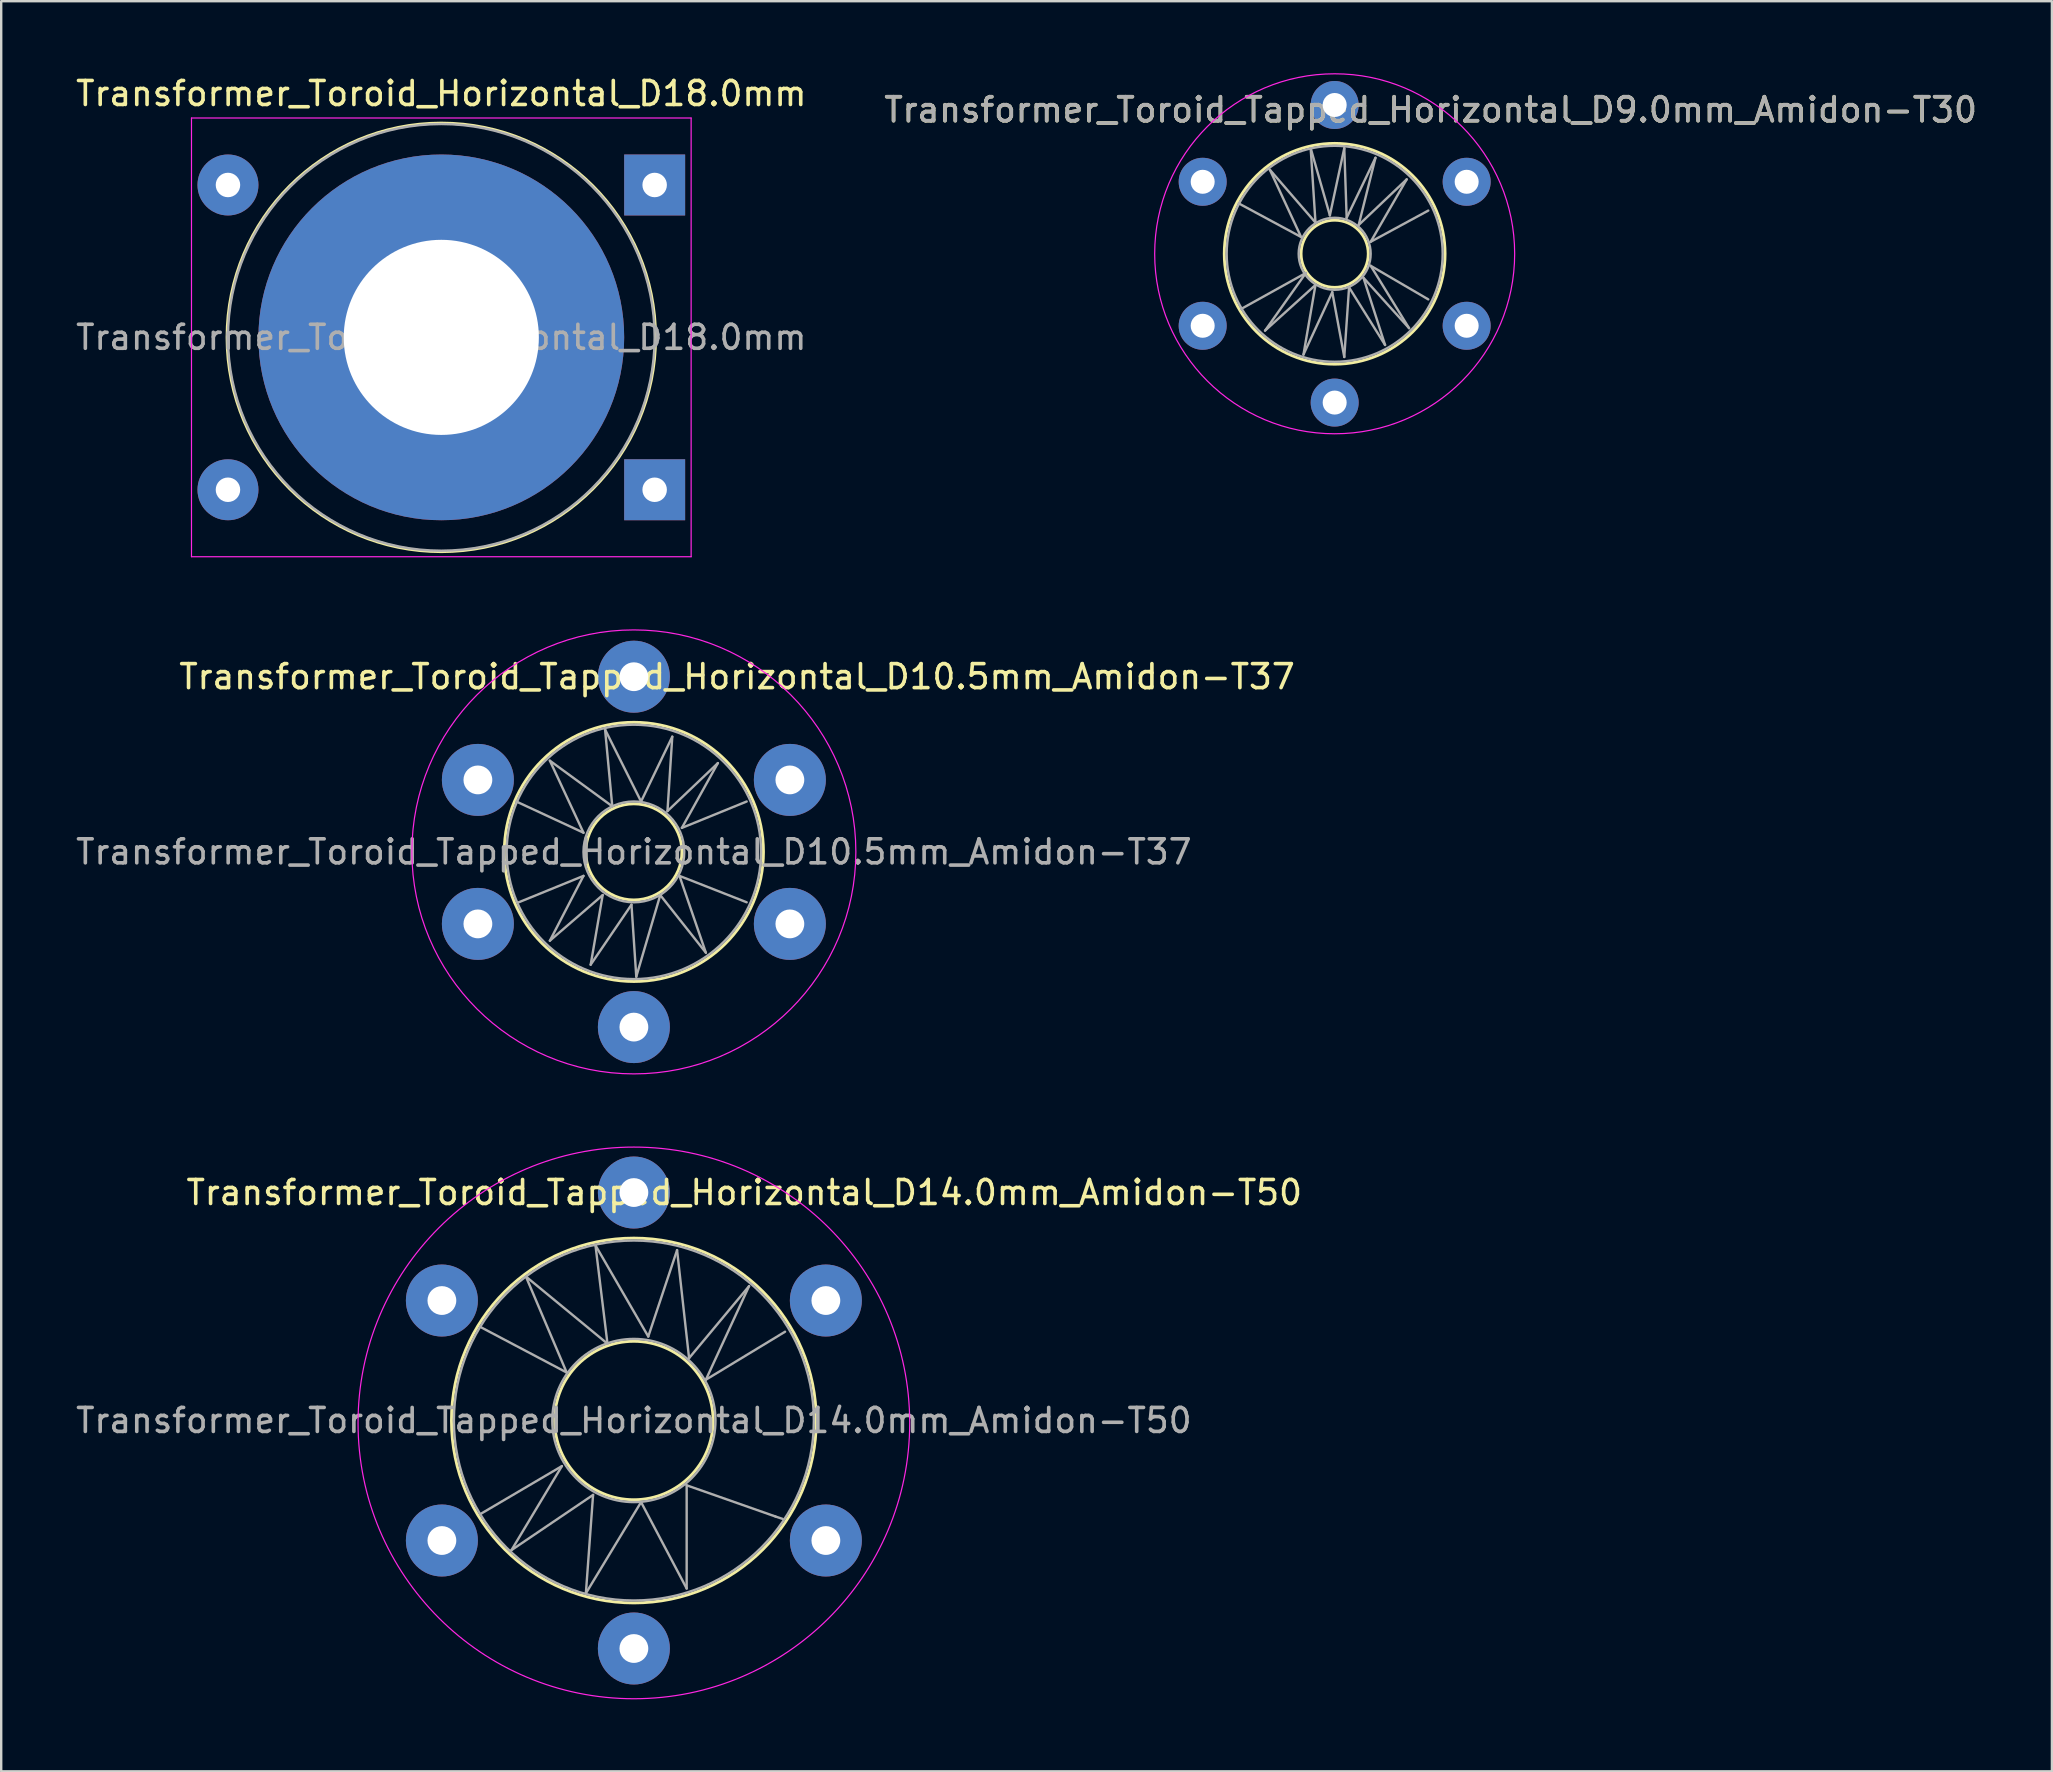
<source format=kicad_pcb>
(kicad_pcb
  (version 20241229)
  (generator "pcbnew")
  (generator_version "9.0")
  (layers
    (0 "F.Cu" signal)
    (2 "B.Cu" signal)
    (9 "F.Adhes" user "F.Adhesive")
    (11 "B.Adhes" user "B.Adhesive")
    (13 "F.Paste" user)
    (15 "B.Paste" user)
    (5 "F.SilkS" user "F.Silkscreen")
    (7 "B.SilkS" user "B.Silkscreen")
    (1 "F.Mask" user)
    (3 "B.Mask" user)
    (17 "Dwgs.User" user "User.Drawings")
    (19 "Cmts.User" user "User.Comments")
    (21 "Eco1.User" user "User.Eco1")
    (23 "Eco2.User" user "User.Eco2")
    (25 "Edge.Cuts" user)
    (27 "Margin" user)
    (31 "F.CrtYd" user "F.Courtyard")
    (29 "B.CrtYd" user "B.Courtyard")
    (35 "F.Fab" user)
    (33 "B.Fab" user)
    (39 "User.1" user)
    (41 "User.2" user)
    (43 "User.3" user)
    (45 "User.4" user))
  (footprint "Transformer_Toroid_Tapped_Horizontal_D9.0mm_Amidon-T30"
    (layer "F.Cu")
    (at 47.065 10.525)
    (property "Reference" "Transformer_Toroid_Tapped_Horizontal_D9.0mm_Amidon-T30" (at 9.5 -9 0) (layer "F.SilkS") (effects (font (size 1 1) (thickness 0.15))))
    (attr through_hole)
    (fp_circle (center 5.5 -3) (end 5.5 -7.6) (stroke (width 0.12) (type solid)) (fill no) (layer "F.SilkS"))
    (fp_circle (center 5.5 -3) (end 5.5 -4.4) (stroke (width 0.12) (type solid)) (fill no) (layer "F.SilkS"))
    (fp_circle (center 5.5 -3) (end 5.5 4.5) (stroke (width 0.05) (type solid)) (fill no) (layer "F.CrtYd"))
    (fp_line (start 1.5 -5.1) (end 4.1 -3.7) (stroke (width 0.1) (type solid)) (layer "F.Fab"))
    (fp_line (start 1.6 -0.7) (end 4.3 -2.2) (stroke (width 0.1) (type solid)) (layer "F.Fab"))
    (fp_line (start 2.6 0.2) (end 4.7 -1.7) (stroke (width 0.1) (type solid)) (layer "F.Fab"))
    (fp_line (start 2.8 -6.5) (end 4.7 -4.3) (stroke (width 0.1) (type solid)) (layer "F.Fab"))
    (fp_line (start 4.1 -3.7) (end 2.8 -6.5) (stroke (width 0.1) (type solid)) (layer "F.Fab"))
    (fp_line (start 4.2 1.2) (end 5.4 -1.4) (stroke (width 0.1) (type solid)) (layer "F.Fab"))
    (fp_line (start 4.3 -2.2) (end 2.6 0.2) (stroke (width 0.1) (type solid)) (layer "F.Fab"))
    (fp_line (start 4.5 -7.4) (end 5.3 -4.6) (stroke (width 0.1) (type solid)) (layer "F.Fab"))
    (fp_line (start 4.7 -4.3) (end 4.5 -7.4) (stroke (width 0.1) (type solid)) (layer "F.Fab"))
    (fp_line (start 4.7 -1.7) (end 4.2 1.2) (stroke (width 0.1) (type solid)) (layer "F.Fab"))
    (fp_line (start 5.3 -4.6) (end 5.9 -7.4) (stroke (width 0.1) (type solid)) (layer "F.Fab"))
    (fp_line (start 5.4 -1.4) (end 5.9 1.3) (stroke (width 0.1) (type solid)) (layer "F.Fab"))
    (fp_line (start 5.9 -7.4) (end 6 -4.5) (stroke (width 0.1) (type solid)) (layer "F.Fab"))
    (fp_line (start 5.9 1.3) (end 6.1 -1.6) (stroke (width 0.1) (type solid)) (layer "F.Fab"))
    (fp_line (start 6 -4.5) (end 7.2 -7) (stroke (width 0.1) (type solid)) (layer "F.Fab"))
    (fp_line (start 6.1 -1.6) (end 7.6 0.8) (stroke (width 0.1) (type solid)) (layer "F.Fab"))
    (fp_line (start 6.5 -4.2) (end 8.5 -6.1) (stroke (width 0.1) (type solid)) (layer "F.Fab"))
    (fp_line (start 6.7 -2) (end 8.6 0.1) (stroke (width 0.1) (type solid)) (layer "F.Fab"))
    (fp_line (start 7 -3.5) (end 9.4 -4.8) (stroke (width 0.1) (type solid)) (layer "F.Fab"))
    (fp_line (start 7 -2.5) (end 9.4 -1.1) (stroke (width 0.1) (type solid)) (layer "F.Fab"))
    (fp_line (start 7.2 -7) (end 6.5 -4.2) (stroke (width 0.1) (type solid)) (layer "F.Fab"))
    (fp_line (start 7.6 0.8) (end 6.7 -2) (stroke (width 0.1) (type solid)) (layer "F.Fab"))
    (fp_line (start 8.5 -6.1) (end 7 -3.5) (stroke (width 0.1) (type solid)) (layer "F.Fab"))
    (fp_line (start 8.6 0.1) (end 7 -2.5) (stroke (width 0.1) (type solid)) (layer "F.Fab"))
    (fp_circle (center 5.5 -3) (end 7 -3) (stroke (width 0.1) (type solid)) (fill no) (layer "F.Fab"))
    (fp_circle (center 5.5 -3) (end 10 -3) (stroke (width 0.1) (type solid)) (fill no) (layer "F.Fab"))
    (fp_text user "${REFERENCE}" (at 9.5 -9 0) (layer "F.Fab") (effects (font (size 1 1) (thickness 0.15))))
    (pad "1" thru_hole circle (at 0 0) (size 2 2) (drill 1) (layers "*.Cu" "*.Mask"))
    (pad "2" thru_hole circle (at 5.5 3.2) (size 2 2) (drill 1) (layers "*.Cu" "*.Mask"))
    (pad "3" thru_hole circle (at 11 0) (size 2 2) (drill 1) (layers "*.Cu" "*.Mask"))
    (pad "4" thru_hole circle (at 0 -6) (size 2 2) (drill 1) (layers "*.Cu" "*.Mask"))
    (pad "5" thru_hole circle (at 5.5 -9.2) (size 2 2) (drill 1) (layers "*.Cu" "*.Mask"))
    (pad "6" thru_hole circle (at 11 -6) (size 2 2) (drill 1) (layers "*.Cu" "*.Mask")))
  (footprint "Transformer_Toroid_Tapped_Horizontal_D10.5mm_Amidon-T37"
    (layer "F.Cu")
    (at 16.863 35.448)
    (property "Reference" "Transformer_Toroid_Tapped_Horizontal_D10.5mm_Amidon-T37" (at 10.8 -10.3 0) (layer "F.SilkS") (effects (font (size 1 1) (thickness 0.15))))
    (attr through_hole)
    (fp_circle (center 6.5 -3) (end 8.5 -3.1) (stroke (width 0.12) (type solid)) (fill no) (layer "F.SilkS"))
    (fp_circle (center 6.5 -3) (end 11.9 -3) (stroke (width 0.12) (type solid)) (fill no) (layer "F.SilkS"))
    (fp_circle (center 6.5 -3) (end 6.5 -12.25) (stroke (width 0.05) (type solid)) (fill no) (layer "F.CrtYd"))
    (fp_line (start 1.6 -5.1) (end 4.4 -3.8) (stroke (width 0.1) (type solid)) (layer "F.Fab"))
    (fp_line (start 1.7 -0.9) (end 4.4 -2) (stroke (width 0.1) (type solid)) (layer "F.Fab"))
    (fp_line (start 3 -6.8) (end 5.6 -4.9) (stroke (width 0.1) (type solid)) (layer "F.Fab"))
    (fp_line (start 3 0.7) (end 5.2 -1.2) (stroke (width 0.1) (type solid)) (layer "F.Fab"))
    (fp_line (start 4.4 -3.8) (end 3 -6.8) (stroke (width 0.1) (type solid)) (layer "F.Fab"))
    (fp_line (start 4.4 -2) (end 3 0.7) (stroke (width 0.1) (type solid)) (layer "F.Fab"))
    (fp_line (start 4.7 1.7) (end 6.4 -0.8) (stroke (width 0.1) (type solid)) (layer "F.Fab"))
    (fp_line (start 5.2 -1.2) (end 4.7 1.7) (stroke (width 0.1) (type solid)) (layer "F.Fab"))
    (fp_line (start 5.3 -8.1) (end 6.8 -5.1) (stroke (width 0.1) (type solid)) (layer "F.Fab"))
    (fp_line (start 5.6 -4.9) (end 5.3 -8.1) (stroke (width 0.1) (type solid)) (layer "F.Fab"))
    (fp_line (start 6.4 -0.8) (end 6.6 2.2) (stroke (width 0.1) (type solid)) (layer "F.Fab"))
    (fp_line (start 6.6 2.2) (end 7.6 -1.2) (stroke (width 0.1) (type solid)) (layer "F.Fab"))
    (fp_line (start 6.8 -5.1) (end 8.1 -7.8) (stroke (width 0.1) (type solid)) (layer "F.Fab"))
    (fp_line (start 7.6 -1.2) (end 9.5 1.2) (stroke (width 0.1) (type solid)) (layer "F.Fab"))
    (fp_line (start 7.9 -4.7) (end 10 -6.7) (stroke (width 0.1) (type solid)) (layer "F.Fab"))
    (fp_line (start 8.1 -7.8) (end 7.9 -4.7) (stroke (width 0.1) (type solid)) (layer "F.Fab"))
    (fp_line (start 8.4 -2) (end 11.2 -0.9) (stroke (width 0.1) (type solid)) (layer "F.Fab"))
    (fp_line (start 8.5 -4) (end 11.2 -5.1) (stroke (width 0.1) (type solid)) (layer "F.Fab"))
    (fp_line (start 9.5 1.2) (end 8.4 -2) (stroke (width 0.1) (type solid)) (layer "F.Fab"))
    (fp_line (start 10 -6.7) (end 8.5 -4) (stroke (width 0.1) (type solid)) (layer "F.Fab"))
    (fp_circle (center 6.5 -3) (end 8.6 -3) (stroke (width 0.1) (type solid)) (fill no) (layer "F.Fab"))
    (fp_circle (center 6.5 -3) (end 11.8 -3) (stroke (width 0.1) (type solid)) (fill no) (layer "F.Fab"))
    (fp_text user "${REFERENCE}" (at 6.5 -3 0) (layer "F.Fab") (effects (font (size 1 1) (thickness 0.15))))
    (pad "1" thru_hole circle (at 0 0) (size 3 3) (drill 1.2) (layers "*.Cu" "*.Mask"))
    (pad "2" thru_hole circle (at 6.5 4.3) (size 3 3) (drill 1.2) (layers "*.Cu" "*.Mask"))
    (pad "3" thru_hole circle (at 13 0) (size 3 3) (drill 1.2) (layers "*.Cu" "*.Mask"))
    (pad "4" thru_hole circle (at 0 -6) (size 3 3) (drill 1.2) (layers "*.Cu" "*.Mask"))
    (pad "5" thru_hole circle (at 6.5 -10.3) (size 3 3) (drill 1.2) (layers "*.Cu" "*.Mask"))
    (pad "6" thru_hole circle (at 13 -6) (size 3 3) (drill 1.2) (layers "*.Cu" "*.Mask")))
  (footprint "Transformer_Toroid_Horizontal_D18.0mm"
    (layer "F.Cu")
    (at 6.449 4.658)
    (property "Reference" "Transformer_Toroid_Horizontal_D18.0mm" (at 8.89 -3.81 0) (layer "F.SilkS") (effects (font (size 1 1) (thickness 0.15))))
    (attr through_hole)
    (fp_circle (center 8.89 6.35) (end 17.49 8.75) (stroke (width 0.12) (type solid)) (fill no) (layer "F.SilkS"))
    (fp_line (start -1.52 -2.79) (end -1.52 15.49) (stroke (width 0.05) (type solid)) (layer "F.CrtYd"))
    (fp_line (start -1.52 -2.79) (end 19.3 -2.79) (stroke (width 0.05) (type solid)) (layer "F.CrtYd"))
    (fp_line (start 19.3 15.49) (end -1.52 15.49) (stroke (width 0.05) (type solid)) (layer "F.CrtYd"))
    (fp_line (start 19.3 15.49) (end 19.3 -2.79) (stroke (width 0.05) (type solid)) (layer "F.CrtYd"))
    (fp_circle (center 8.89 6.35) (end 17.78 6.35) (stroke (width 0.1) (type solid)) (fill no) (layer "F.Fab"))
    (fp_text user "${REFERENCE}" (at 8.89 6.35 0) (layer "F.Fab") (effects (font (size 1 1) (thickness 0.15))))
    (pad "" thru_hole circle (at 8.89 6.35) (size 15.24 15.24) (drill 8.13) (layers "*.Cu" "*.Mask"))
    (pad "1" thru_hole circle (at 0 0) (size 2.54 2.54) (drill 1.02) (layers "*.Cu" "*.Mask"))
    (pad "2" thru_hole circle (at 0 12.7) (size 2.54 2.54) (drill 1.02) (layers "*.Cu" "*.Mask"))
    (pad "3" thru_hole rect (at 17.78 0) (size 2.54 2.54) (drill 1.02) (layers "*.Cu" "*.Mask"))
    (pad "4" thru_hole rect (at 17.78 12.7) (size 2.54 2.54) (drill 1.02) (layers "*.Cu" "*.Mask")))
  (footprint "Transformer_Toroid_Tapped_Horizontal_D14.0mm_Amidon-T50"
    (layer "F.Cu")
    (at 15.363 61.142)
    (property "Reference" "Transformer_Toroid_Tapped_Horizontal_D14.0mm_Amidon-T50" (at 12.6 -14.5 0) (layer "F.SilkS") (effects (font (size 1 1) (thickness 0.15))))
    (attr through_hole)
    (fp_circle (center 8 -5) (end 11.3 -5.1) (stroke (width 0.12) (type solid)) (fill no) (layer "F.SilkS"))
    (fp_circle (center 8 -5) (end 15.6 -5.1) (stroke (width 0.12) (type solid)) (fill no) (layer "F.SilkS"))
    (fp_circle (center 8 -4.9) (end 18.3 0.2) (stroke (width 0.05) (type solid)) (fill no) (layer "F.CrtYd"))
    (fp_line (start 1.6 -8.9) (end 5.2 -7) (stroke (width 0.1) (type solid)) (layer "F.Fab"))
    (fp_line (start 1.6 -1.1) (end 5 -3.1) (stroke (width 0.1) (type solid)) (layer "F.Fab"))
    (fp_line (start 2.9 0.4) (end 6.3 -1.9) (stroke (width 0.1) (type solid)) (layer "F.Fab"))
    (fp_line (start 3.5 -11) (end 6.9 -8.2) (stroke (width 0.1) (type solid)) (layer "F.Fab"))
    (fp_line (start 5 -3.1) (end 2.9 0.4) (stroke (width 0.1) (type solid)) (layer "F.Fab"))
    (fp_line (start 5.2 -7) (end 3.5 -11) (stroke (width 0.1) (type solid)) (layer "F.Fab"))
    (fp_line (start 6 2.2) (end 8.3 -1.6) (stroke (width 0.1) (type solid)) (layer "F.Fab"))
    (fp_line (start 6.3 -1.9) (end 6 2.2) (stroke (width 0.1) (type solid)) (layer "F.Fab"))
    (fp_line (start 6.4 -12.3) (end 8.6 -8.5) (stroke (width 0.1) (type solid)) (layer "F.Fab"))
    (fp_line (start 6.9 -8.2) (end 6.4 -12.3) (stroke (width 0.1) (type solid)) (layer "F.Fab"))
    (fp_line (start 8.3 -1.6) (end 10.2 2) (stroke (width 0.1) (type solid)) (layer "F.Fab"))
    (fp_line (start 8.6 -8.5) (end 9.8 -12.1) (stroke (width 0.1) (type solid)) (layer "F.Fab"))
    (fp_line (start 9.8 -12.1) (end 10.3 -7.6) (stroke (width 0.1) (type solid)) (layer "F.Fab"))
    (fp_line (start 10.2 -2.3) (end 13.9 -1) (stroke (width 0.1) (type solid)) (layer "F.Fab"))
    (fp_line (start 10.2 2) (end 10.2 -2.3) (stroke (width 0.1) (type solid)) (layer "F.Fab"))
    (fp_line (start 10.3 -7.6) (end 12.8 -10.6) (stroke (width 0.1) (type solid)) (layer "F.Fab"))
    (fp_line (start 11 -6.7) (end 14.3 -8.7) (stroke (width 0.1) (type solid)) (layer "F.Fab"))
    (fp_line (start 12.8 -10.6) (end 11 -6.7) (stroke (width 0.1) (type solid)) (layer "F.Fab"))
    (fp_line (start 13.9 -1) (end 14.2 -0.9) (stroke (width 0.1) (type solid)) (layer "F.Fab"))
    (fp_circle (center 8 -5) (end 11.4 -5) (stroke (width 0.1) (type solid)) (fill no) (layer "F.Fab"))
    (fp_circle (center 8 -5) (end 15.5 -5) (stroke (width 0.1) (type solid)) (fill no) (layer "F.Fab"))
    (fp_text user "${REFERENCE}" (at 8 -5 0) (layer "F.Fab") (effects (font (size 1 1) (thickness 0.15))))
    (pad "1" thru_hole circle (at 0 0) (size 3 3) (drill 1.2) (layers "*.Cu" "*.Mask"))
    (pad "2" thru_hole circle (at 8 4.5) (size 3 3) (drill 1.2) (layers "*.Cu" "*.Mask"))
    (pad "3" thru_hole circle (at 16 0) (size 3 3) (drill 1.2) (layers "*.Cu" "*.Mask"))
    (pad "4" thru_hole circle (at 0 -10) (size 3 3) (drill 1.2) (layers "*.Cu" "*.Mask"))
    (pad "5" thru_hole circle (at 8 -14.5) (size 3 3) (drill 1.2) (layers "*.Cu" "*.Mask"))
    (pad "6" thru_hole circle (at 16 -10) (size 3 3) (drill 1.2) (layers "*.Cu" "*.Mask")))
  (gr_rect
    (start -3 -3)
    (end 82.452 70.76)
    (stroke (width 0.1) (type default))
    (fill no)
    (layer "Edge.Cuts")))
</source>
